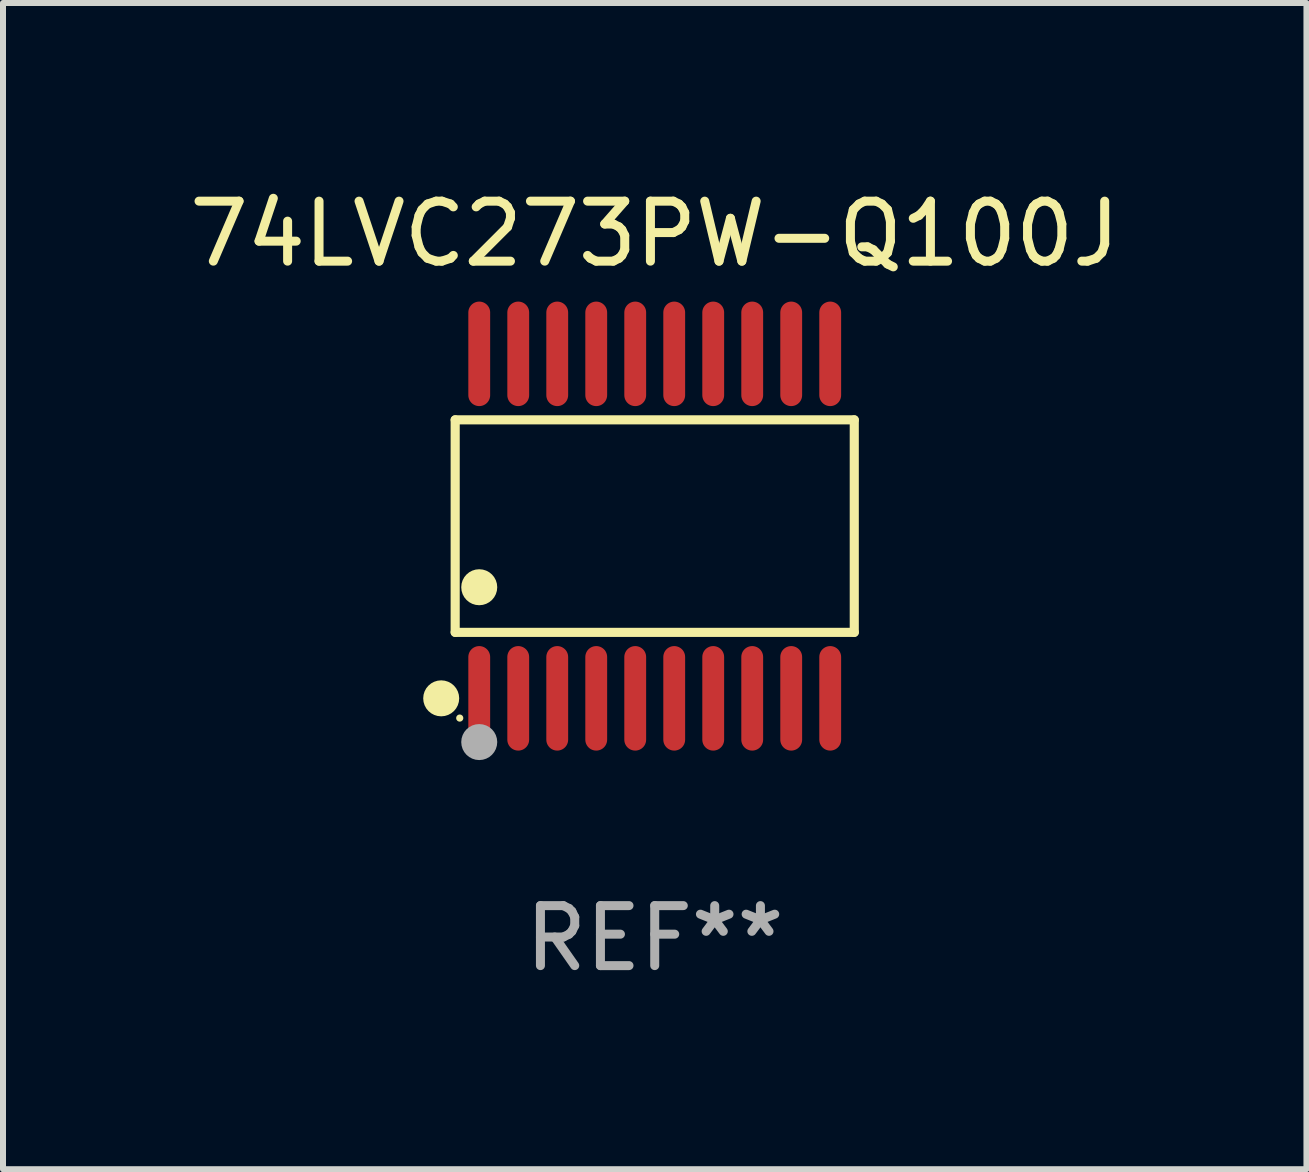
<source format=kicad_pcb>
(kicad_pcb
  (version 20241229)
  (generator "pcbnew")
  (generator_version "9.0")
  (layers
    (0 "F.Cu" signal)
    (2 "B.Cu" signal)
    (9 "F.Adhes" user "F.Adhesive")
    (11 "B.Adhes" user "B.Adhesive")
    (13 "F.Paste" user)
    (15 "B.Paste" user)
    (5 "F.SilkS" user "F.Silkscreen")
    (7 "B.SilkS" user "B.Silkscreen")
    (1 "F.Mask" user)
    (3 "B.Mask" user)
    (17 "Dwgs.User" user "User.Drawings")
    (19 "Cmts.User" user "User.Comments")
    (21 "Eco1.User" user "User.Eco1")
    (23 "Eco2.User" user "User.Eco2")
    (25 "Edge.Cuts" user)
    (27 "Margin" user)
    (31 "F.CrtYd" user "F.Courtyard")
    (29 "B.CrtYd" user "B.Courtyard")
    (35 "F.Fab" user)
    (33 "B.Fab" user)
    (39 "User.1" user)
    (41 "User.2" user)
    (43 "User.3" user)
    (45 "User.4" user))
  (footprint "74LVC273PW-Q100J"
    (layer "F.Cu")
    (at 7.863 5.719)
    (property "Reference" "74LVC273PW-Q100J" (at 0 -4.871 0) (layer "F.SilkS") (effects (font (size 1 1) (thickness 0.15))))
    (attr through_hole)
    (fp_line (start -3.326 -1.771) (end 3.326 -1.771) (stroke (width 0.152) (type solid)) (layer "F.SilkS"))
    (fp_line (start -3.326 1.771) (end -3.326 -1.771) (stroke (width 0.152) (type solid)) (layer "F.SilkS"))
    (fp_line (start 3.326 -1.771) (end 3.326 1.771) (stroke (width 0.152) (type solid)) (layer "F.SilkS"))
    (fp_line (start 3.326 1.771) (end -3.326 1.771) (stroke (width 0.152) (type solid)) (layer "F.SilkS"))
    (fp_circle (center -3.559 2.871) (end -3.409 2.871) (stroke (width 0.3) (type solid)) (fill no) (layer "F.SilkS"))
    (fp_circle (center -3.25 3.2) (end -3.22 3.2) (stroke (width 0.06) (type solid)) (fill no) (layer "F.SilkS"))
    (fp_circle (center -2.925 1.019) (end -2.775 1.019) (stroke (width 0.3) (type solid)) (fill no) (layer "F.SilkS"))
    (fp_circle (center -2.925 3.6) (end -2.775 3.6) (stroke (width 0.3) (type solid)) (fill no) (layer "F.Fab"))
    (fp_text user "REF**" (at 0 6.871 0) (layer "F.Fab") (effects (font (size 1 1) (thickness 0.15))))
    (pad "1" smd oval (at -2.925 2.871) (size 0.364 1.742) (layers "F.Cu" "F.Mask" "F.Paste"))
    (pad "2" smd oval (at -2.275 2.871) (size 0.364 1.742) (layers "F.Cu" "F.Mask" "F.Paste"))
    (pad "3" smd oval (at -1.625 2.871) (size 0.364 1.742) (layers "F.Cu" "F.Mask" "F.Paste"))
    (pad "4" smd oval (at -0.975 2.871) (size 0.364 1.742) (layers "F.Cu" "F.Mask" "F.Paste"))
    (pad "5" smd oval (at -0.325 2.871) (size 0.364 1.742) (layers "F.Cu" "F.Mask" "F.Paste"))
    (pad "6" smd oval (at 0.325 2.871) (size 0.364 1.742) (layers "F.Cu" "F.Mask" "F.Paste"))
    (pad "7" smd oval (at 0.975 2.871) (size 0.364 1.742) (layers "F.Cu" "F.Mask" "F.Paste"))
    (pad "8" smd oval (at 1.625 2.871) (size 0.364 1.742) (layers "F.Cu" "F.Mask" "F.Paste"))
    (pad "9" smd oval (at 2.275 2.871) (size 0.364 1.742) (layers "F.Cu" "F.Mask" "F.Paste"))
    (pad "10" smd oval (at 2.925 2.871) (size 0.364 1.742) (layers "F.Cu" "F.Mask" "F.Paste"))
    (pad "11" smd oval (at 2.925 -2.871) (size 0.364 1.742) (layers "F.Cu" "F.Mask" "F.Paste"))
    (pad "12" smd oval (at 2.275 -2.871) (size 0.364 1.742) (layers "F.Cu" "F.Mask" "F.Paste"))
    (pad "13" smd oval (at 1.625 -2.871) (size 0.364 1.742) (layers "F.Cu" "F.Mask" "F.Paste"))
    (pad "14" smd oval (at 0.975 -2.871) (size 0.364 1.742) (layers "F.Cu" "F.Mask" "F.Paste"))
    (pad "15" smd oval (at 0.325 -2.871) (size 0.364 1.742) (layers "F.Cu" "F.Mask" "F.Paste"))
    (pad "16" smd oval (at -0.325 -2.871) (size 0.364 1.742) (layers "F.Cu" "F.Mask" "F.Paste"))
    (pad "17" smd oval (at -0.975 -2.871) (size 0.364 1.742) (layers "F.Cu" "F.Mask" "F.Paste"))
    (pad "18" smd oval (at -1.625 -2.871) (size 0.364 1.742) (layers "F.Cu" "F.Mask" "F.Paste"))
    (pad "19" smd oval (at -2.275 -2.871) (size 0.364 1.742) (layers "F.Cu" "F.Mask" "F.Paste"))
    (pad "20" smd oval (at -2.925 -2.871) (size 0.364 1.742) (layers "F.Cu" "F.Mask" "F.Paste")))
  (gr_rect
    (start -3 -3)
    (end 18.726 16.438)
    (stroke (width 0.1) (type default))
    (fill no)
    (layer "Edge.Cuts")))
</source>
